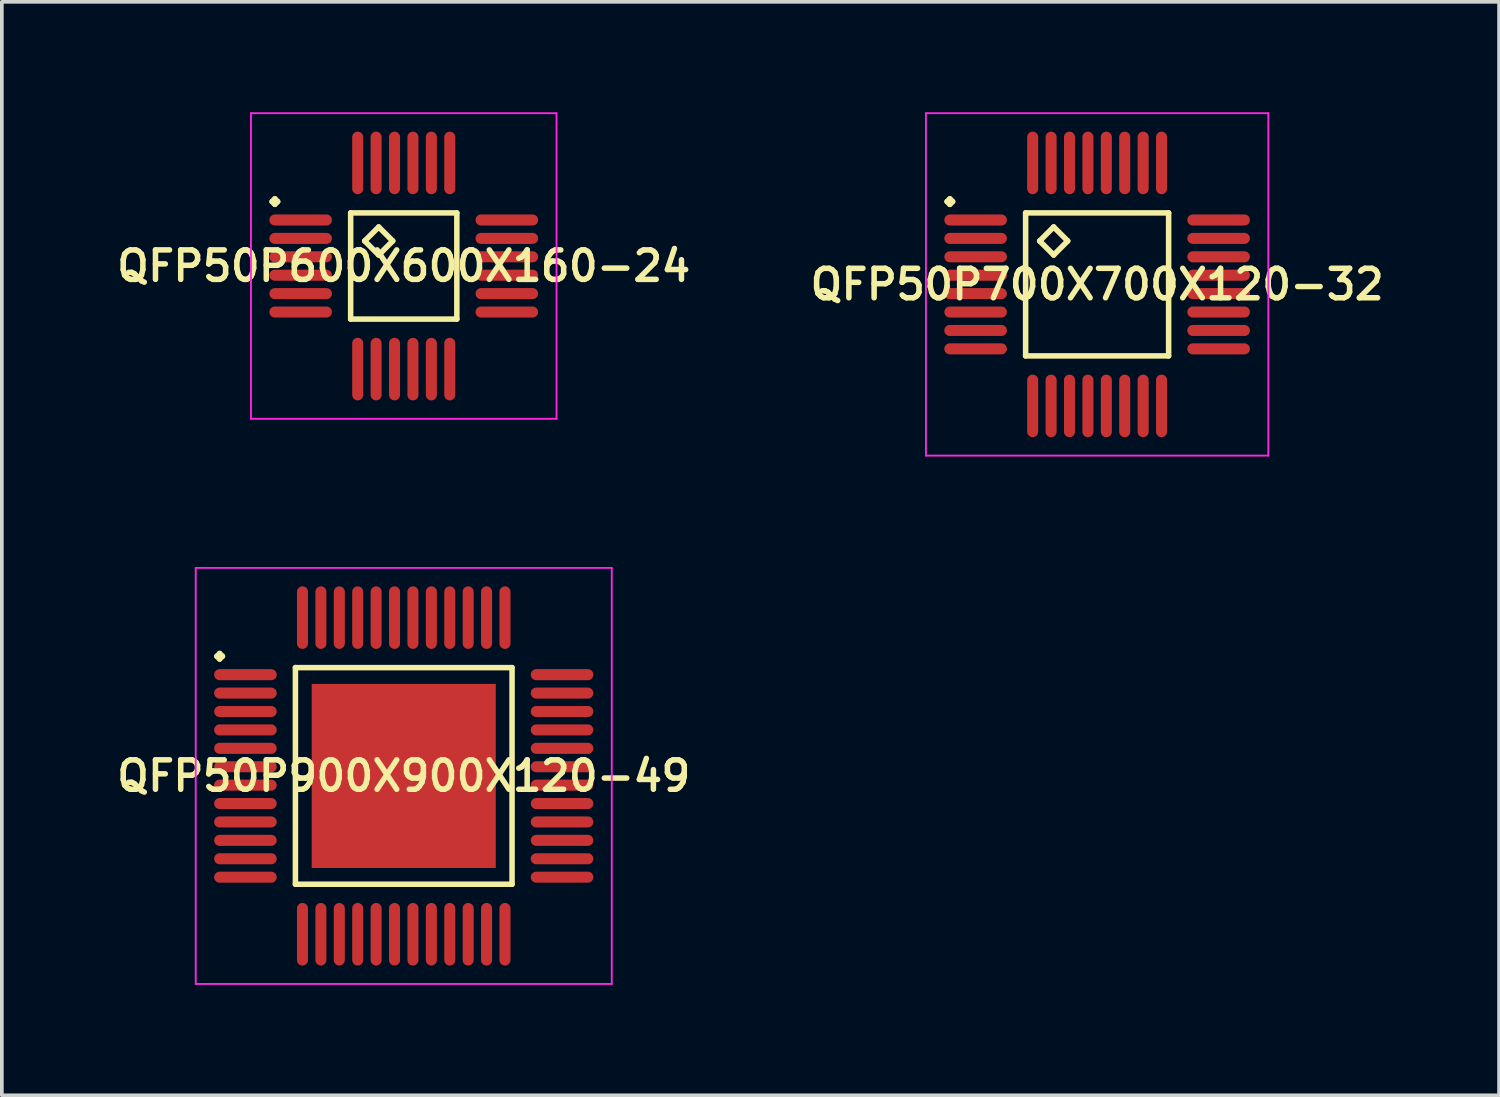
<source format=kicad_pcb>
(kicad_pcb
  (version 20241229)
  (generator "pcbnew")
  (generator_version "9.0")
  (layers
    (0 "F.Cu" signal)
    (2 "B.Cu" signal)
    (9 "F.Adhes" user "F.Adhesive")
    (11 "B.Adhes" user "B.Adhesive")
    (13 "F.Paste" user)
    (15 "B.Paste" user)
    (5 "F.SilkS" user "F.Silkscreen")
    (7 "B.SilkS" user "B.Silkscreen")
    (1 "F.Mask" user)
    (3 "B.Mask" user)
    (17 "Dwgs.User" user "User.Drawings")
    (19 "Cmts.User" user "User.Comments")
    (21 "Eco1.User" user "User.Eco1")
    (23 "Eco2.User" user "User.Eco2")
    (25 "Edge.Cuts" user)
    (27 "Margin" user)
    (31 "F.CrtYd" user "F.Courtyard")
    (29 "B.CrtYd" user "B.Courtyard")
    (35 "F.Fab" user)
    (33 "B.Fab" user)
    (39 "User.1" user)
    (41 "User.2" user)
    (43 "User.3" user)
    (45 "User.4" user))
  (footprint "QFP50P600X600X160-24"
    (layer "F.Cu")
    (at 7.916 4.175)
    (property "Reference" "QFP50P600X600X160-24" (at 0 0 0) (layer "F.SilkS") (effects (font (size 0.8 0.8) (thickness 0.15))))
    (attr smd)
    (fp_line (start -3.575 -1.75) (end -3.5 -1.825) (stroke (width 0.15) (type solid)) (layer "F.SilkS"))
    (fp_line (start -3.5 -1.825) (end -3.425 -1.75) (stroke (width 0.15) (type solid)) (layer "F.SilkS"))
    (fp_line (start -3.5 -1.675) (end -3.575 -1.75) (stroke (width 0.15) (type solid)) (layer "F.SilkS"))
    (fp_line (start -3.425 -1.75) (end -3.5 -1.675) (stroke (width 0.15) (type solid)) (layer "F.SilkS"))
    (fp_line (start -1.442 -1.442) (end -1.442 1.442) (stroke (width 0.15) (type solid)) (layer "F.SilkS"))
    (fp_line (start -1.442 1.442) (end 1.442 1.442) (stroke (width 0.15) (type solid)) (layer "F.SilkS"))
    (fp_line (start -1.061 -0.68) (end -0.68 -1.061) (stroke (width 0.15) (type solid)) (layer "F.SilkS"))
    (fp_line (start -0.68 -1.061) (end -0.299 -0.68) (stroke (width 0.15) (type solid)) (layer "F.SilkS"))
    (fp_line (start -0.68 -0.299) (end -1.061 -0.68) (stroke (width 0.15) (type solid)) (layer "F.SilkS"))
    (fp_line (start -0.299 -0.68) (end -0.68 -0.299) (stroke (width 0.15) (type solid)) (layer "F.SilkS"))
    (fp_line (start 1.442 -1.442) (end -1.442 -1.442) (stroke (width 0.15) (type solid)) (layer "F.SilkS"))
    (fp_line (start 1.442 1.442) (end 1.442 -1.442) (stroke (width 0.15) (type solid)) (layer "F.SilkS"))
    (fp_line (start -4.15 -4.15) (end 4.15 -4.15) (stroke (width 0.05) (type solid)) (layer "F.CrtYd"))
    (fp_line (start -4.15 4.15) (end -4.15 -4.15) (stroke (width 0.05) (type solid)) (layer "F.CrtYd"))
    (fp_line (start 4.15 -4.15) (end 4.15 4.15) (stroke (width 0.05) (type solid)) (layer "F.CrtYd"))
    (fp_line (start 4.15 4.15) (end -4.15 4.15) (stroke (width 0.05) (type solid)) (layer "F.CrtYd"))
    (pad "1" smd oval (at -2.8 -1.25) (size 1.7 0.3) (layers "F.Cu" "F.Mask" "F.Paste"))
    (pad "2" smd oval (at -2.8 -0.75) (size 1.7 0.3) (layers "F.Cu" "F.Mask" "F.Paste"))
    (pad "3" smd oval (at -2.8 -0.25) (size 1.7 0.3) (layers "F.Cu" "F.Mask" "F.Paste"))
    (pad "4" smd oval (at -2.8 0.25) (size 1.7 0.3) (layers "F.Cu" "F.Mask" "F.Paste"))
    (pad "5" smd oval (at -2.8 0.75) (size 1.7 0.3) (layers "F.Cu" "F.Mask" "F.Paste"))
    (pad "6" smd oval (at -2.8 1.25) (size 1.7 0.3) (layers "F.Cu" "F.Mask" "F.Paste"))
    (pad "7" smd oval (at -1.25 2.8) (size 0.3 1.7) (layers "F.Cu" "F.Mask" "F.Paste"))
    (pad "8" smd oval (at -0.75 2.8) (size 0.3 1.7) (layers "F.Cu" "F.Mask" "F.Paste"))
    (pad "9" smd oval (at -0.25 2.8) (size 0.3 1.7) (layers "F.Cu" "F.Mask" "F.Paste"))
    (pad "10" smd oval (at 0.25 2.8) (size 0.3 1.7) (layers "F.Cu" "F.Mask" "F.Paste"))
    (pad "11" smd oval (at 0.75 2.8) (size 0.3 1.7) (layers "F.Cu" "F.Mask" "F.Paste"))
    (pad "12" smd oval (at 1.25 2.8) (size 0.3 1.7) (layers "F.Cu" "F.Mask" "F.Paste"))
    (pad "13" smd oval (at 2.8 1.25) (size 1.7 0.3) (layers "F.Cu" "F.Mask" "F.Paste"))
    (pad "14" smd oval (at 2.8 0.75) (size 1.7 0.3) (layers "F.Cu" "F.Mask" "F.Paste"))
    (pad "15" smd oval (at 2.8 0.25) (size 1.7 0.3) (layers "F.Cu" "F.Mask" "F.Paste"))
    (pad "16" smd oval (at 2.8 -0.25) (size 1.7 0.3) (layers "F.Cu" "F.Mask" "F.Paste"))
    (pad "17" smd oval (at 2.8 -0.75) (size 1.7 0.3) (layers "F.Cu" "F.Mask" "F.Paste"))
    (pad "18" smd oval (at 2.8 -1.25) (size 1.7 0.3) (layers "F.Cu" "F.Mask" "F.Paste"))
    (pad "19" smd oval (at 1.25 -2.8) (size 0.3 1.7) (layers "F.Cu" "F.Mask" "F.Paste"))
    (pad "20" smd oval (at 0.75 -2.8) (size 0.3 1.7) (layers "F.Cu" "F.Mask" "F.Paste"))
    (pad "21" smd oval (at 0.25 -2.8) (size 0.3 1.7) (layers "F.Cu" "F.Mask" "F.Paste"))
    (pad "22" smd oval (at -0.25 -2.8) (size 0.3 1.7) (layers "F.Cu" "F.Mask" "F.Paste"))
    (pad "23" smd oval (at -0.75 -2.8) (size 0.3 1.7) (layers "F.Cu" "F.Mask" "F.Paste"))
    (pad "24" smd oval (at -1.25 -2.8) (size 0.3 1.7) (layers "F.Cu" "F.Mask" "F.Paste")))
  (footprint "QFP50P900X900X120-49"
    (layer "F.Cu")
    (at 7.916 18.025)
    (property "Reference" "QFP50P900X900X120-49" (at 0 0 0) (layer "F.SilkS") (effects (font (size 0.8 0.8) (thickness 0.15))))
    (attr smd)
    (fp_line (start -5.075 -3.25) (end -5 -3.325) (stroke (width 0.15) (type solid)) (layer "F.SilkS"))
    (fp_line (start -5 -3.325) (end -4.925 -3.25) (stroke (width 0.15) (type solid)) (layer "F.SilkS"))
    (fp_line (start -5 -3.175) (end -5.075 -3.25) (stroke (width 0.15) (type solid)) (layer "F.SilkS"))
    (fp_line (start -4.925 -3.25) (end -5 -3.175) (stroke (width 0.15) (type solid)) (layer "F.SilkS"))
    (fp_line (start -2.942 -2.942) (end -2.942 2.942) (stroke (width 0.15) (type solid)) (layer "F.SilkS"))
    (fp_line (start -2.942 2.942) (end 2.942 2.942) (stroke (width 0.15) (type solid)) (layer "F.SilkS"))
    (fp_line (start 2.942 -2.942) (end -2.942 -2.942) (stroke (width 0.15) (type solid)) (layer "F.SilkS"))
    (fp_line (start 2.942 2.942) (end 2.942 -2.942) (stroke (width 0.15) (type solid)) (layer "F.SilkS"))
    (fp_line (start -5.65 -5.65) (end 5.65 -5.65) (stroke (width 0.05) (type solid)) (layer "F.CrtYd"))
    (fp_line (start -5.65 5.65) (end -5.65 -5.65) (stroke (width 0.05) (type solid)) (layer "F.CrtYd"))
    (fp_line (start 5.65 -5.65) (end 5.65 5.65) (stroke (width 0.05) (type solid)) (layer "F.CrtYd"))
    (fp_line (start 5.65 5.65) (end -5.65 5.65) (stroke (width 0.05) (type solid)) (layer "F.CrtYd"))
    (pad "1" smd oval (at -4.3 -2.75) (size 1.7 0.3) (layers "F.Cu" "F.Mask" "F.Paste"))
    (pad "2" smd oval (at -4.3 -2.25) (size 1.7 0.3) (layers "F.Cu" "F.Mask" "F.Paste"))
    (pad "3" smd oval (at -4.3 -1.75) (size 1.7 0.3) (layers "F.Cu" "F.Mask" "F.Paste"))
    (pad "4" smd oval (at -4.3 -1.25) (size 1.7 0.3) (layers "F.Cu" "F.Mask" "F.Paste"))
    (pad "5" smd oval (at -4.3 -0.75) (size 1.7 0.3) (layers "F.Cu" "F.Mask" "F.Paste"))
    (pad "6" smd oval (at -4.3 -0.25) (size 1.7 0.3) (layers "F.Cu" "F.Mask" "F.Paste"))
    (pad "7" smd oval (at -4.3 0.25) (size 1.7 0.3) (layers "F.Cu" "F.Mask" "F.Paste"))
    (pad "8" smd oval (at -4.3 0.75) (size 1.7 0.3) (layers "F.Cu" "F.Mask" "F.Paste"))
    (pad "9" smd oval (at -4.3 1.25) (size 1.7 0.3) (layers "F.Cu" "F.Mask" "F.Paste"))
    (pad "10" smd oval (at -4.3 1.75) (size 1.7 0.3) (layers "F.Cu" "F.Mask" "F.Paste"))
    (pad "11" smd oval (at -4.3 2.25) (size 1.7 0.3) (layers "F.Cu" "F.Mask" "F.Paste"))
    (pad "12" smd oval (at -4.3 2.75) (size 1.7 0.3) (layers "F.Cu" "F.Mask" "F.Paste"))
    (pad "13" smd oval (at -2.75 4.3) (size 0.3 1.7) (layers "F.Cu" "F.Mask" "F.Paste"))
    (pad "14" smd oval (at -2.25 4.3) (size 0.3 1.7) (layers "F.Cu" "F.Mask" "F.Paste"))
    (pad "15" smd oval (at -1.75 4.3) (size 0.3 1.7) (layers "F.Cu" "F.Mask" "F.Paste"))
    (pad "16" smd oval (at -1.25 4.3) (size 0.3 1.7) (layers "F.Cu" "F.Mask" "F.Paste"))
    (pad "17" smd oval (at -0.75 4.3) (size 0.3 1.7) (layers "F.Cu" "F.Mask" "F.Paste"))
    (pad "18" smd oval (at -0.25 4.3) (size 0.3 1.7) (layers "F.Cu" "F.Mask" "F.Paste"))
    (pad "19" smd oval (at 0.25 4.3) (size 0.3 1.7) (layers "F.Cu" "F.Mask" "F.Paste"))
    (pad "20" smd oval (at 0.75 4.3) (size 0.3 1.7) (layers "F.Cu" "F.Mask" "F.Paste"))
    (pad "21" smd oval (at 1.25 4.3) (size 0.3 1.7) (layers "F.Cu" "F.Mask" "F.Paste"))
    (pad "22" smd oval (at 1.75 4.3) (size 0.3 1.7) (layers "F.Cu" "F.Mask" "F.Paste"))
    (pad "23" smd oval (at 2.25 4.3) (size 0.3 1.7) (layers "F.Cu" "F.Mask" "F.Paste"))
    (pad "24" smd oval (at 2.75 4.3) (size 0.3 1.7) (layers "F.Cu" "F.Mask" "F.Paste"))
    (pad "25" smd oval (at 4.3 2.75) (size 1.7 0.3) (layers "F.Cu" "F.Mask" "F.Paste"))
    (pad "26" smd oval (at 4.3 2.25) (size 1.7 0.3) (layers "F.Cu" "F.Mask" "F.Paste"))
    (pad "27" smd oval (at 4.3 1.75) (size 1.7 0.3) (layers "F.Cu" "F.Mask" "F.Paste"))
    (pad "28" smd oval (at 4.3 1.25) (size 1.7 0.3) (layers "F.Cu" "F.Mask" "F.Paste"))
    (pad "29" smd oval (at 4.3 0.75) (size 1.7 0.3) (layers "F.Cu" "F.Mask" "F.Paste"))
    (pad "30" smd oval (at 4.3 0.25) (size 1.7 0.3) (layers "F.Cu" "F.Mask" "F.Paste"))
    (pad "31" smd oval (at 4.3 -0.25) (size 1.7 0.3) (layers "F.Cu" "F.Mask" "F.Paste"))
    (pad "32" smd oval (at 4.3 -0.75) (size 1.7 0.3) (layers "F.Cu" "F.Mask" "F.Paste"))
    (pad "33" smd oval (at 4.3 -1.25) (size 1.7 0.3) (layers "F.Cu" "F.Mask" "F.Paste"))
    (pad "34" smd oval (at 4.3 -1.75) (size 1.7 0.3) (layers "F.Cu" "F.Mask" "F.Paste"))
    (pad "35" smd oval (at 4.3 -2.25) (size 1.7 0.3) (layers "F.Cu" "F.Mask" "F.Paste"))
    (pad "36" smd oval (at 4.3 -2.75) (size 1.7 0.3) (layers "F.Cu" "F.Mask" "F.Paste"))
    (pad "37" smd oval (at 2.75 -4.3) (size 0.3 1.7) (layers "F.Cu" "F.Mask" "F.Paste"))
    (pad "38" smd oval (at 2.25 -4.3) (size 0.3 1.7) (layers "F.Cu" "F.Mask" "F.Paste"))
    (pad "39" smd oval (at 1.75 -4.3) (size 0.3 1.7) (layers "F.Cu" "F.Mask" "F.Paste"))
    (pad "40" smd oval (at 1.25 -4.3) (size 0.3 1.7) (layers "F.Cu" "F.Mask" "F.Paste"))
    (pad "41" smd oval (at 0.75 -4.3) (size 0.3 1.7) (layers "F.Cu" "F.Mask" "F.Paste"))
    (pad "42" smd oval (at 0.25 -4.3) (size 0.3 1.7) (layers "F.Cu" "F.Mask" "F.Paste"))
    (pad "43" smd oval (at -0.25 -4.3) (size 0.3 1.7) (layers "F.Cu" "F.Mask" "F.Paste"))
    (pad "44" smd oval (at -0.75 -4.3) (size 0.3 1.7) (layers "F.Cu" "F.Mask" "F.Paste"))
    (pad "45" smd oval (at -1.25 -4.3) (size 0.3 1.7) (layers "F.Cu" "F.Mask" "F.Paste"))
    (pad "46" smd oval (at -1.75 -4.3) (size 0.3 1.7) (layers "F.Cu" "F.Mask" "F.Paste"))
    (pad "47" smd oval (at -2.25 -4.3) (size 0.3 1.7) (layers "F.Cu" "F.Mask" "F.Paste"))
    (pad "48" smd oval (at -2.75 -4.3) (size 0.3 1.7) (layers "F.Cu" "F.Mask" "F.Paste"))
    (pad "49" smd rect (at 0 0) (size 5 5) (layers "F.Cu" "F.Mask" "F.Paste")))
  (footprint "QFP50P700X700X120-32"
    (layer "F.Cu")
    (at 26.749 4.675)
    (property "Reference" "QFP50P700X700X120-32" (at 0 0 0) (layer "F.SilkS") (effects (font (size 0.8 0.8) (thickness 0.15))))
    (attr smd)
    (fp_line (start -4.075 -2.25) (end -4 -2.325) (stroke (width 0.15) (type solid)) (layer "F.SilkS"))
    (fp_line (start -4 -2.325) (end -3.925 -2.25) (stroke (width 0.15) (type solid)) (layer "F.SilkS"))
    (fp_line (start -4 -2.175) (end -4.075 -2.25) (stroke (width 0.15) (type solid)) (layer "F.SilkS"))
    (fp_line (start -3.925 -2.25) (end -4 -2.175) (stroke (width 0.15) (type solid)) (layer "F.SilkS"))
    (fp_line (start -1.942 -1.942) (end -1.942 1.942) (stroke (width 0.15) (type solid)) (layer "F.SilkS"))
    (fp_line (start -1.942 1.942) (end 1.942 1.942) (stroke (width 0.15) (type solid)) (layer "F.SilkS"))
    (fp_line (start -1.561 -1.18) (end -1.18 -1.561) (stroke (width 0.15) (type solid)) (layer "F.SilkS"))
    (fp_line (start -1.18 -1.561) (end -0.799 -1.18) (stroke (width 0.15) (type solid)) (layer "F.SilkS"))
    (fp_line (start -1.18 -0.799) (end -1.561 -1.18) (stroke (width 0.15) (type solid)) (layer "F.SilkS"))
    (fp_line (start -0.799 -1.18) (end -1.18 -0.799) (stroke (width 0.15) (type solid)) (layer "F.SilkS"))
    (fp_line (start 1.942 -1.942) (end -1.942 -1.942) (stroke (width 0.15) (type solid)) (layer "F.SilkS"))
    (fp_line (start 1.942 1.942) (end 1.942 -1.942) (stroke (width 0.15) (type solid)) (layer "F.SilkS"))
    (fp_line (start -4.65 -4.65) (end 4.65 -4.65) (stroke (width 0.05) (type solid)) (layer "F.CrtYd"))
    (fp_line (start -4.65 4.65) (end -4.65 -4.65) (stroke (width 0.05) (type solid)) (layer "F.CrtYd"))
    (fp_line (start 4.65 -4.65) (end 4.65 4.65) (stroke (width 0.05) (type solid)) (layer "F.CrtYd"))
    (fp_line (start 4.65 4.65) (end -4.65 4.65) (stroke (width 0.05) (type solid)) (layer "F.CrtYd"))
    (pad "1" smd oval (at -3.3 -1.75) (size 1.7 0.3) (layers "F.Cu" "F.Mask" "F.Paste"))
    (pad "2" smd oval (at -3.3 -1.25) (size 1.7 0.3) (layers "F.Cu" "F.Mask" "F.Paste"))
    (pad "3" smd oval (at -3.3 -0.75) (size 1.7 0.3) (layers "F.Cu" "F.Mask" "F.Paste"))
    (pad "4" smd oval (at -3.3 -0.25) (size 1.7 0.3) (layers "F.Cu" "F.Mask" "F.Paste"))
    (pad "5" smd oval (at -3.3 0.25) (size 1.7 0.3) (layers "F.Cu" "F.Mask" "F.Paste"))
    (pad "6" smd oval (at -3.3 0.75) (size 1.7 0.3) (layers "F.Cu" "F.Mask" "F.Paste"))
    (pad "7" smd oval (at -3.3 1.25) (size 1.7 0.3) (layers "F.Cu" "F.Mask" "F.Paste"))
    (pad "8" smd oval (at -3.3 1.75) (size 1.7 0.3) (layers "F.Cu" "F.Mask" "F.Paste"))
    (pad "9" smd oval (at -1.75 3.3) (size 0.3 1.7) (layers "F.Cu" "F.Mask" "F.Paste"))
    (pad "10" smd oval (at -1.25 3.3) (size 0.3 1.7) (layers "F.Cu" "F.Mask" "F.Paste"))
    (pad "11" smd oval (at -0.75 3.3) (size 0.3 1.7) (layers "F.Cu" "F.Mask" "F.Paste"))
    (pad "12" smd oval (at -0.25 3.3) (size 0.3 1.7) (layers "F.Cu" "F.Mask" "F.Paste"))
    (pad "13" smd oval (at 0.25 3.3) (size 0.3 1.7) (layers "F.Cu" "F.Mask" "F.Paste"))
    (pad "14" smd oval (at 0.75 3.3) (size 0.3 1.7) (layers "F.Cu" "F.Mask" "F.Paste"))
    (pad "15" smd oval (at 1.25 3.3) (size 0.3 1.7) (layers "F.Cu" "F.Mask" "F.Paste"))
    (pad "16" smd oval (at 1.75 3.3) (size 0.3 1.7) (layers "F.Cu" "F.Mask" "F.Paste"))
    (pad "17" smd oval (at 3.3 1.75) (size 1.7 0.3) (layers "F.Cu" "F.Mask" "F.Paste"))
    (pad "18" smd oval (at 3.3 1.25) (size 1.7 0.3) (layers "F.Cu" "F.Mask" "F.Paste"))
    (pad "19" smd oval (at 3.3 0.75) (size 1.7 0.3) (layers "F.Cu" "F.Mask" "F.Paste"))
    (pad "20" smd oval (at 3.3 0.25) (size 1.7 0.3) (layers "F.Cu" "F.Mask" "F.Paste"))
    (pad "21" smd oval (at 3.3 -0.25) (size 1.7 0.3) (layers "F.Cu" "F.Mask" "F.Paste"))
    (pad "22" smd oval (at 3.3 -0.75) (size 1.7 0.3) (layers "F.Cu" "F.Mask" "F.Paste"))
    (pad "23" smd oval (at 3.3 -1.25) (size 1.7 0.3) (layers "F.Cu" "F.Mask" "F.Paste"))
    (pad "24" smd oval (at 3.3 -1.75) (size 1.7 0.3) (layers "F.Cu" "F.Mask" "F.Paste"))
    (pad "25" smd oval (at 1.75 -3.3) (size 0.3 1.7) (layers "F.Cu" "F.Mask" "F.Paste"))
    (pad "26" smd oval (at 1.25 -3.3) (size 0.3 1.7) (layers "F.Cu" "F.Mask" "F.Paste"))
    (pad "27" smd oval (at 0.75 -3.3) (size 0.3 1.7) (layers "F.Cu" "F.Mask" "F.Paste"))
    (pad "28" smd oval (at 0.25 -3.3) (size 0.3 1.7) (layers "F.Cu" "F.Mask" "F.Paste"))
    (pad "29" smd oval (at -0.25 -3.3) (size 0.3 1.7) (layers "F.Cu" "F.Mask" "F.Paste"))
    (pad "30" smd oval (at -0.75 -3.3) (size 0.3 1.7) (layers "F.Cu" "F.Mask" "F.Paste"))
    (pad "31" smd oval (at -1.25 -3.3) (size 0.3 1.7) (layers "F.Cu" "F.Mask" "F.Paste"))
    (pad "32" smd oval (at -1.75 -3.3) (size 0.3 1.7) (layers "F.Cu" "F.Mask" "F.Paste")))
  (gr_rect
    (start -3 -3)
    (end 37.666 26.7)
    (stroke (width 0.1) (type default))
    (fill no)
    (layer "Edge.Cuts")))
</source>
